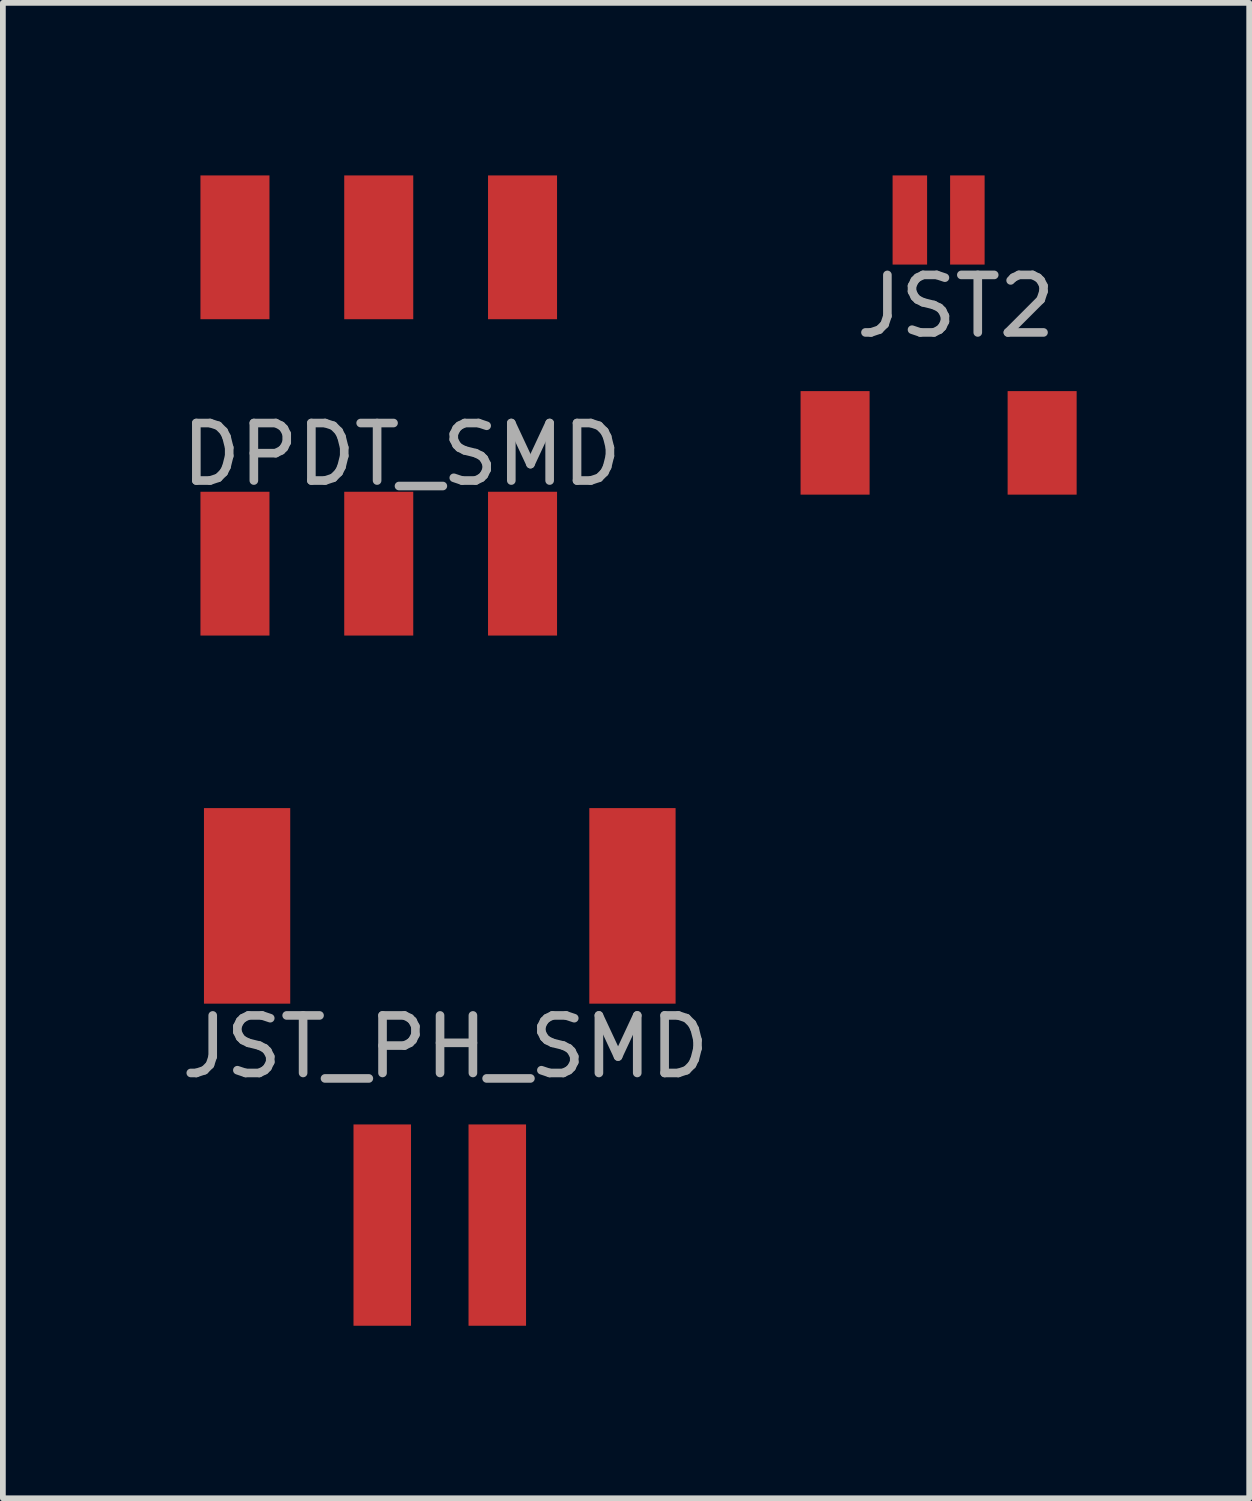
<source format=kicad_pcb>
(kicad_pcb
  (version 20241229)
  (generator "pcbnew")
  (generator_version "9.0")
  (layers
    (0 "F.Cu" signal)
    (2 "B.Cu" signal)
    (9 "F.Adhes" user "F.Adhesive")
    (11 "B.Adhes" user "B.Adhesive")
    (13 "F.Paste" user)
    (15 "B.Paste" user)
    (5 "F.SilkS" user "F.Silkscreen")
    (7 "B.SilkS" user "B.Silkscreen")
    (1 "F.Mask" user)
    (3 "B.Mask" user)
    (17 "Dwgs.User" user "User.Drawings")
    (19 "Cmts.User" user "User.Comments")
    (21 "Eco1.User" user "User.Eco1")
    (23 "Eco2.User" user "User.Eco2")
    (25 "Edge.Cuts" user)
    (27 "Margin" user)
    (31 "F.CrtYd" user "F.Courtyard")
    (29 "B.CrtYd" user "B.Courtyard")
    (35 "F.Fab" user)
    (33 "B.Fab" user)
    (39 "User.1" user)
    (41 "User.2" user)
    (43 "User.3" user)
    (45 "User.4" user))
  (footprint "DPDT_SMD"
    (layer "F.Cu")
    (at 3.535 3.95)
    (property "Reference" "DPDT_SMD" (at 0.4 0.9 0) (layer "F.Fab") (effects (font (size 1 1) (thickness 0.15))))
    (attr through_hole)
    (pad "1" smd rect (at 0 -2.7) (size 1.2 2.5) (layers "F.Cu" "F.Mask" "F.Paste"))
    (pad "1" smd rect (at 0 2.8) (size 1.2 2.5) (layers "F.Cu" "F.Mask" "F.Paste"))
    (pad "2" smd rect (at 2.5 -2.7) (size 1.2 2.5) (layers "F.Cu" "F.Mask" "F.Paste"))
    (pad "2" smd rect (at 2.5 2.8) (size 1.2 2.5) (layers "F.Cu" "F.Mask" "F.Paste"))
    (pad "~" smd rect (at -2.5 -2.7) (size 1.2 2.5) (layers "F.Cu" "F.Mask" "F.Paste"))
    (pad "~" smd rect (at -2.5 2.8) (size 1.2 2.5) (layers "F.Cu" "F.Mask" "F.Paste")))
  (footprint "JST2"
    (layer "F.Cu")
    (at 13.269 0.775)
    (property "Reference" "JST2" (at 0.3 1.5 0) (layer "F.Fab") (effects (font (size 1 1) (thickness 0.15))))
    (attr through_hole)
    (pad "1" smd rect (at -0.5 0) (size 0.6 1.55) (layers "F.Cu" "F.Mask" "F.Paste"))
    (pad "2" smd rect (at 0.5 0) (size 0.6 1.55) (layers "F.Cu" "F.Mask" "F.Paste"))
    (pad "~" smd rect (at -1.8 3.875) (size 1.2 1.8) (layers "F.Cu" "F.Mask" "F.Paste"))
    (pad "~" smd rect (at 1.8 3.875) (size 1.2 1.8) (layers "F.Cu" "F.Mask" "F.Paste")))
  (footprint "JST_PH_SMD"
    (layer "F.Cu")
    (at 4.596 18.25)
    (property "Reference" "JST_PH_SMD" (at 0.1 -3.1 0) (layer "F.Fab") (effects (font (size 1 1) (thickness 0.15))))
    (attr through_hole)
    (pad "1" smd rect (at 1 0) (size 1 3.5) (layers "F.Cu" "F.Mask" "F.Paste"))
    (pad "2" smd rect (at -3.35 -5.55) (size 1.5 3.4) (layers "F.Cu" "F.Mask" "F.Paste"))
    (pad "2" smd rect (at -1 0) (size 1 3.5) (layers "F.Cu" "F.Mask" "F.Paste"))
    (pad "2" smd rect (at 3.35 -5.55) (size 1.5 3.4) (layers "F.Cu" "F.Mask" "F.Paste")))
  (gr_rect
    (start -3 -3)
    (end 18.669 23)
    (stroke (width 0.1) (type default))
    (fill no)
    (layer "Edge.Cuts")))
</source>
